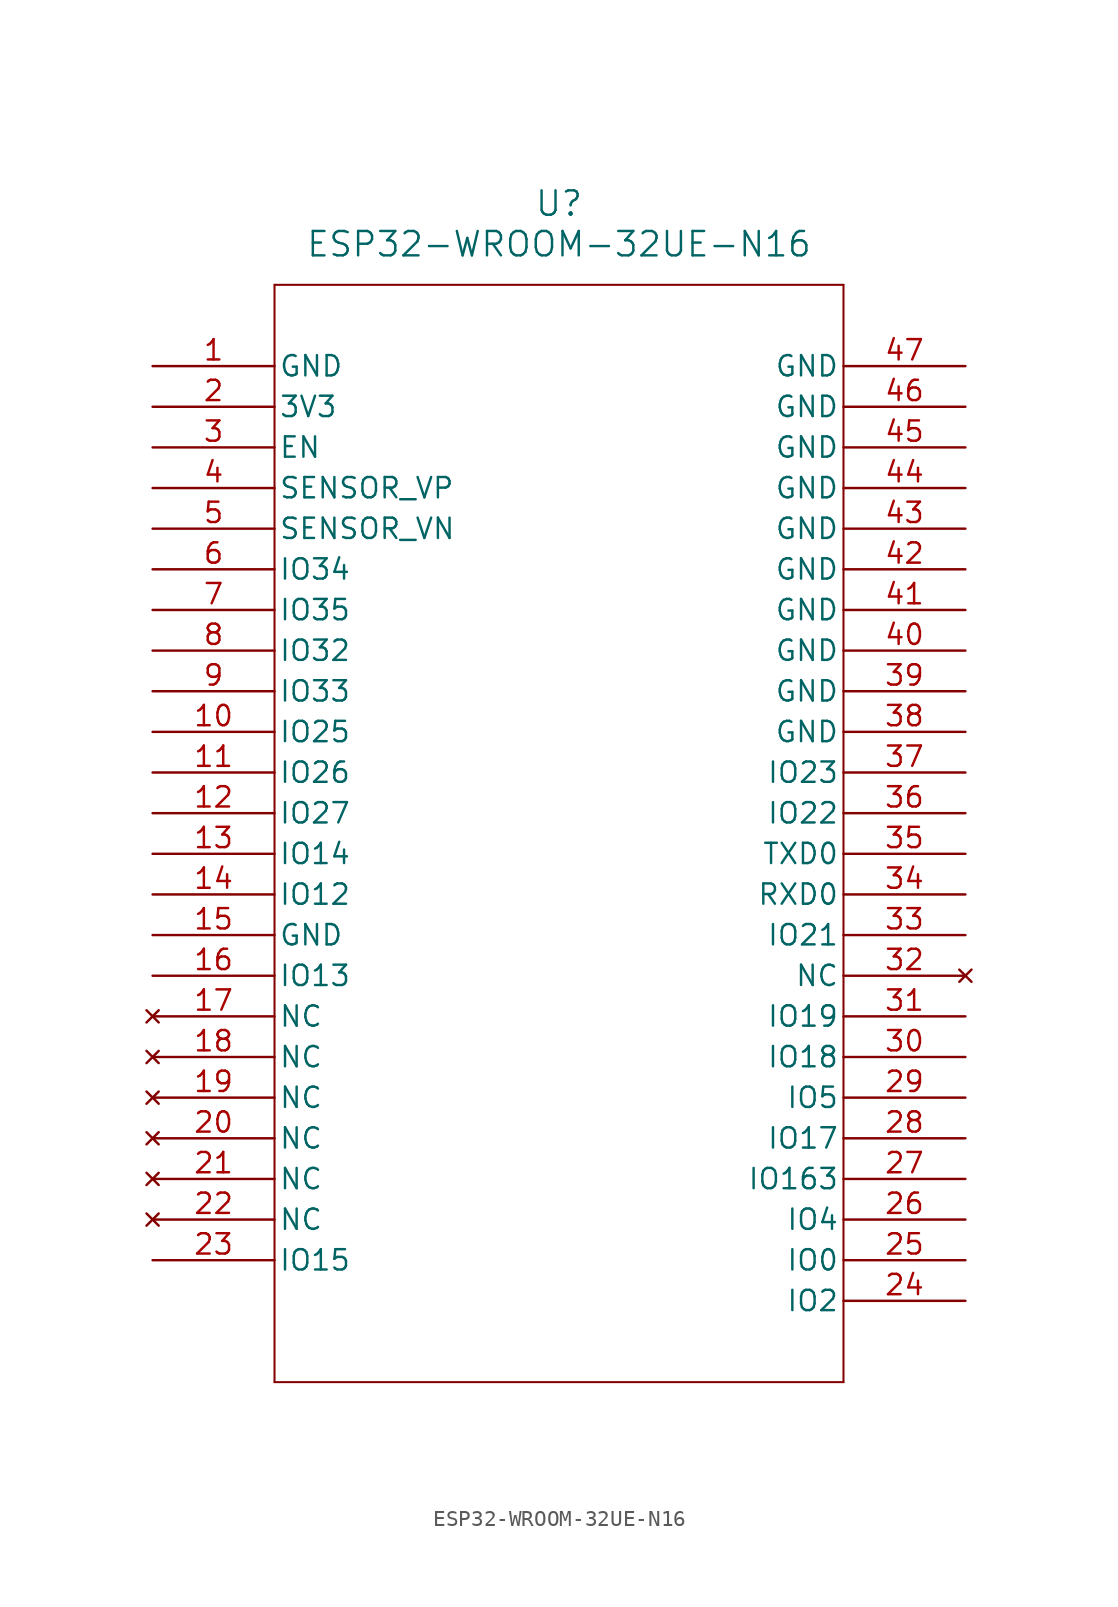
<source format=kicad_sym>
(kicad_symbol_lib
  (version 20211014)
  (generator kicad_symbol_editor)
  (symbol "ESP32-WROOM-32UE-N16"
    (pin_names
      (offset 0.254))
    (property "Reference" "U"
      (at 25.4 10.16 0)
      (effects (font (size 1.524 1.524))))
    (property "Value" "ESP32-WROOM-32UE-N16"
      (at 25.4 7.62 0)
      (effects (font (size 1.524 1.524))))
    (symbol "ESP32-WROOM-32UE-N16_0_1"
      (polyline (pts (xy 7.62 5.08) (xy 7.62 -63.5)) (stroke (width 0.127) (type default) (color 0 0 0 0)) (fill (type none)))
      (polyline (pts (xy 7.62 -63.5) (xy 43.18 -63.5)) (stroke (width 0.127) (type default) (color 0 0 0 0)) (fill (type none)))
      (polyline (pts (xy 43.18 -63.5) (xy 43.18 5.08)) (stroke (width 0.127) (type default) (color 0 0 0 0)) (fill (type none)))
      (polyline (pts (xy 43.18 5.08) (xy 7.62 5.08)) (stroke (width 0.127) (type default) (color 0 0 0 0)) (fill (type none)))
      (pin power_out line (at 0 0 0) (length 7.62) (name "GND" (effects (font (size 1.27 1.27)))) (number "1" (effects (font (size 1.27 1.27)))))
      (pin power_in line (at 0 -2.54 0) (length 7.62) (name "3V3" (effects (font (size 1.27 1.27)))) (number "2" (effects (font (size 1.27 1.27)))))
      (pin input line (at 0 -5.08 0) (length 7.62) (name "EN" (effects (font (size 1.27 1.27)))) (number "3" (effects (font (size 1.27 1.27)))))
      (pin input line (at 0 -7.62 0) (length 7.62) (name "SENSOR_VP" (effects (font (size 1.27 1.27)))) (number "4" (effects (font (size 1.27 1.27)))))
      (pin input line (at 0 -10.16 0) (length 7.62) (name "SENSOR_VN" (effects (font (size 1.27 1.27)))) (number "5" (effects (font (size 1.27 1.27)))))
      (pin bidirectional line (at 0 -12.7 0) (length 7.62) (name "IO34" (effects (font (size 1.27 1.27)))) (number "6" (effects (font (size 1.27 1.27)))))
      (pin bidirectional line (at 0 -15.24 0) (length 7.62) (name "IO35" (effects (font (size 1.27 1.27)))) (number "7" (effects (font (size 1.27 1.27)))))
      (pin bidirectional line (at 0 -17.78 0) (length 7.62) (name "IO32" (effects (font (size 1.27 1.27)))) (number "8" (effects (font (size 1.27 1.27)))))
      (pin bidirectional line (at 0 -20.32 0) (length 7.62) (name "IO33" (effects (font (size 1.27 1.27)))) (number "9" (effects (font (size 1.27 1.27)))))
      (pin bidirectional line (at 0 -22.86 0) (length 7.62) (name "IO25" (effects (font (size 1.27 1.27)))) (number "10" (effects (font (size 1.27 1.27)))))
      (pin bidirectional line (at 0 -25.4 0) (length 7.62) (name "IO26" (effects (font (size 1.27 1.27)))) (number "11" (effects (font (size 1.27 1.27)))))
      (pin bidirectional line (at 0 -27.94 0) (length 7.62) (name "IO27" (effects (font (size 1.27 1.27)))) (number "12" (effects (font (size 1.27 1.27)))))
      (pin bidirectional line (at 0 -30.48 0) (length 7.62) (name "IO14" (effects (font (size 1.27 1.27)))) (number "13" (effects (font (size 1.27 1.27)))))
      (pin bidirectional line (at 0 -33.02 0) (length 7.62) (name "IO12" (effects (font (size 1.27 1.27)))) (number "14" (effects (font (size 1.27 1.27)))))
      (pin power_out line (at 0 -35.56 0) (length 7.62) (name "GND" (effects (font (size 1.27 1.27)))) (number "15" (effects (font (size 1.27 1.27)))))
      (pin bidirectional line (at 0 -38.1 0) (length 7.62) (name "IO13" (effects (font (size 1.27 1.27)))) (number "16" (effects (font (size 1.27 1.27)))))
      (pin no_connect line (at 0 -40.64 0) (length 7.62) (name "NC" (effects (font (size 1.27 1.27)))) (number "17" (effects (font (size 1.27 1.27)))))
      (pin no_connect line (at 0 -43.18 0) (length 7.62) (name "NC" (effects (font (size 1.27 1.27)))) (number "18" (effects (font (size 1.27 1.27)))))
      (pin no_connect line (at 0 -45.72 0) (length 7.62) (name "NC" (effects (font (size 1.27 1.27)))) (number "19" (effects (font (size 1.27 1.27)))))
      (pin no_connect line (at 0 -48.26 0) (length 7.62) (name "NC" (effects (font (size 1.27 1.27)))) (number "20" (effects (font (size 1.27 1.27)))))
      (pin no_connect line (at 0 -50.8 0) (length 7.62) (name "NC" (effects (font (size 1.27 1.27)))) (number "21" (effects (font (size 1.27 1.27)))))
      (pin no_connect line (at 0 -53.34 0) (length 7.62) (name "NC" (effects (font (size 1.27 1.27)))) (number "22" (effects (font (size 1.27 1.27)))))
      (pin bidirectional line (at 0 -55.88 0) (length 7.62) (name "IO15" (effects (font (size 1.27 1.27)))) (number "23" (effects (font (size 1.27 1.27)))))
      (pin bidirectional line (at 50.8 -58.42 180) (length 7.62) (name "IO2" (effects (font (size 1.27 1.27)))) (number "24" (effects (font (size 1.27 1.27)))))
      (pin bidirectional line (at 50.8 -55.88 180) (length 7.62) (name "IO0" (effects (font (size 1.27 1.27)))) (number "25" (effects (font (size 1.27 1.27)))))
      (pin bidirectional line (at 50.8 -53.34 180) (length 7.62) (name "IO4" (effects (font (size 1.27 1.27)))) (number "26" (effects (font (size 1.27 1.27)))))
      (pin bidirectional line (at 50.8 -50.8 180) (length 7.62) (name "IO163" (effects (font (size 1.27 1.27)))) (number "27" (effects (font (size 1.27 1.27)))))
      (pin bidirectional line (at 50.8 -48.26 180) (length 7.62) (name "IO17" (effects (font (size 1.27 1.27)))) (number "28" (effects (font (size 1.27 1.27)))))
      (pin bidirectional line (at 50.8 -45.72 180) (length 7.62) (name "IO5" (effects (font (size 1.27 1.27)))) (number "29" (effects (font (size 1.27 1.27)))))
      (pin bidirectional line (at 50.8 -43.18 180) (length 7.62) (name "IO18" (effects (font (size 1.27 1.27)))) (number "30" (effects (font (size 1.27 1.27)))))
      (pin bidirectional line (at 50.8 -40.64 180) (length 7.62) (name "IO19" (effects (font (size 1.27 1.27)))) (number "31" (effects (font (size 1.27 1.27)))))
      (pin no_connect line (at 50.8 -38.1 180) (length 7.62) (name "NC" (effects (font (size 1.27 1.27)))) (number "32" (effects (font (size 1.27 1.27)))))
      (pin bidirectional line (at 50.8 -35.56 180) (length 7.62) (name "IO21" (effects (font (size 1.27 1.27)))) (number "33" (effects (font (size 1.27 1.27)))))
      (pin bidirectional line (at 50.8 -33.02 180) (length 7.62) (name "RXD0" (effects (font (size 1.27 1.27)))) (number "34" (effects (font (size 1.27 1.27)))))
      (pin bidirectional line (at 50.8 -30.48 180) (length 7.62) (name "TXD0" (effects (font (size 1.27 1.27)))) (number "35" (effects (font (size 1.27 1.27)))))
      (pin bidirectional line (at 50.8 -27.94 180) (length 7.62) (name "IO22" (effects (font (size 1.27 1.27)))) (number "36" (effects (font (size 1.27 1.27)))))
      (pin bidirectional line (at 50.8 -25.4 180) (length 7.62) (name "IO23" (effects (font (size 1.27 1.27)))) (number "37" (effects (font (size 1.27 1.27)))))
      (pin power_out line (at 50.8 -22.86 180) (length 7.62) (name "GND" (effects (font (size 1.27 1.27)))) (number "38" (effects (font (size 1.27 1.27)))))
      (pin power_out line (at 50.8 -20.32 180) (length 7.62) (name "GND" (effects (font (size 1.27 1.27)))) (number "39" (effects (font (size 1.27 1.27)))))
      (pin power_out line (at 50.8 -17.78 180) (length 7.62) (name "GND" (effects (font (size 1.27 1.27)))) (number "40" (effects (font (size 1.27 1.27)))))
      (pin power_out line (at 50.8 -15.24 180) (length 7.62) (name "GND" (effects (font (size 1.27 1.27)))) (number "41" (effects (font (size 1.27 1.27)))))
      (pin power_out line (at 50.8 -12.7 180) (length 7.62) (name "GND" (effects (font (size 1.27 1.27)))) (number "42" (effects (font (size 1.27 1.27)))))
      (pin power_out line (at 50.8 -10.16 180) (length 7.62) (name "GND" (effects (font (size 1.27 1.27)))) (number "43" (effects (font (size 1.27 1.27)))))
      (pin power_out line (at 50.8 -7.62 180) (length 7.62) (name "GND" (effects (font (size 1.27 1.27)))) (number "44" (effects (font (size 1.27 1.27)))))
      (pin power_out line (at 50.8 -5.08 180) (length 7.62) (name "GND" (effects (font (size 1.27 1.27)))) (number "45" (effects (font (size 1.27 1.27)))))
      (pin power_out line (at 50.8 -2.54 180) (length 7.62) (name "GND" (effects (font (size 1.27 1.27)))) (number "46" (effects (font (size 1.27 1.27)))))
      (pin power_out line (at 50.8 0 180) (length 7.62) (name "GND" (effects (font (size 1.27 1.27)))) (number "47" (effects (font (size 1.27 1.27))))))))
</source>
